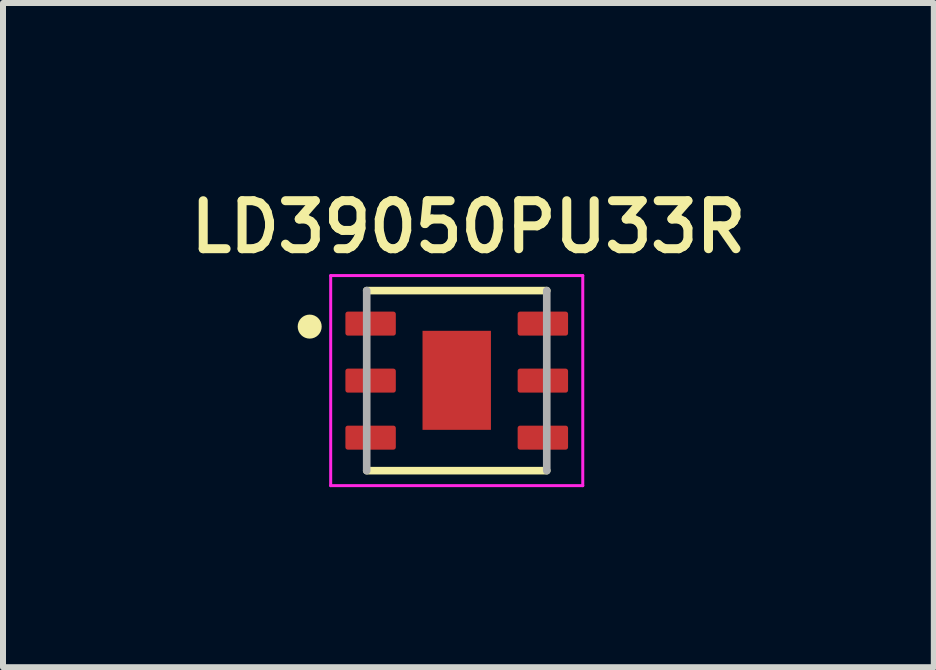
<source format=kicad_pcb>
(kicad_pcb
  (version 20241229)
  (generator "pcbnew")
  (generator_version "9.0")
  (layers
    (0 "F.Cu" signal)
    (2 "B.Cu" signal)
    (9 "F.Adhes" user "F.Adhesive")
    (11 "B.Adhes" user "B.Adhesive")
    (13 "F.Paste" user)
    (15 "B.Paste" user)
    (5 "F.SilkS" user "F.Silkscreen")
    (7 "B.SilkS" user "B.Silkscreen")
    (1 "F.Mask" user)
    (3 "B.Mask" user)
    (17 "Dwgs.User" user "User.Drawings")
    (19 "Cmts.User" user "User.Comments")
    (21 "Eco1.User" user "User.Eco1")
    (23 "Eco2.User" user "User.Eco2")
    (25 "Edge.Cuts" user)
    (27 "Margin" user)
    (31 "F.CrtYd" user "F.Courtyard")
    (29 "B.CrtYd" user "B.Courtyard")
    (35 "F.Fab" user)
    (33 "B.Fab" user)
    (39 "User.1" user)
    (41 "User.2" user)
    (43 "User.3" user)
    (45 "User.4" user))
  (footprint "LD39050PU33R"
    (layer "F.Cu")
    (at 4.56 3.292)
    (property "Reference" "LD39050PU33R" (at 0.195 -2.56 0) (layer "F.SilkS") (effects (font (size 0.8 0.8) (thickness 0.15))))
    (attr smd)
    (fp_line (start -1.5 -1.5) (end 1.5 -1.5) (stroke (width 0.127) (type solid)) (layer "F.SilkS"))
    (fp_line (start 1.5 1.5) (end -1.5 1.5) (stroke (width 0.127) (type solid)) (layer "F.SilkS"))
    (fp_circle (center -2.45 -0.9) (end -2.35 -0.9) (stroke (width 0.2) (type solid)) (fill no) (layer "F.SilkS"))
    (fp_poly (pts (xy -0.57 -0.83) (xy 0.57 -0.83) (xy 0.57 0.83) (xy -0.57 0.83)) (stroke (width 0.01) (type solid)) (fill yes) (layer "F.Paste"))
    (fp_line (start -2.1 -1.75) (end 2.1 -1.75) (stroke (width 0.05) (type solid)) (layer "F.CrtYd"))
    (fp_line (start -2.1 1.75) (end -2.1 -1.75) (stroke (width 0.05) (type solid)) (layer "F.CrtYd"))
    (fp_line (start 2.1 -1.75) (end 2.1 1.75) (stroke (width 0.05) (type solid)) (layer "F.CrtYd"))
    (fp_line (start 2.1 1.75) (end -2.1 1.75) (stroke (width 0.05) (type solid)) (layer "F.CrtYd"))
    (fp_line (start -1.5 1.5) (end -1.5 -1.5) (stroke (width 0.127) (type solid)) (layer "F.Fab"))
    (fp_line (start 1.5 -1.5) (end 1.5 1.5) (stroke (width 0.127) (type solid)) (layer "F.Fab"))
    (pad "1" smd roundrect (at -1.435 -0.95) (size 0.84 0.4) (layers "F.Cu" "F.Mask" "F.Paste") (roundrect_rratio 0.1))
    (pad "2" smd roundrect (at -1.435 0) (size 0.84 0.4) (layers "F.Cu" "F.Mask" "F.Paste") (roundrect_rratio 0.1))
    (pad "3" smd roundrect (at -1.435 0.95) (size 0.84 0.4) (layers "F.Cu" "F.Mask" "F.Paste") (roundrect_rratio 0.1))
    (pad "4" smd roundrect (at 1.435 0.95 180) (size 0.84 0.4) (layers "F.Cu" "F.Mask" "F.Paste") (roundrect_rratio 0.1))
    (pad "5" smd roundrect (at 1.435 0 180) (size 0.84 0.4) (layers "F.Cu" "F.Mask" "F.Paste") (roundrect_rratio 0.1))
    (pad "6" smd roundrect (at 1.435 -0.95 180) (size 0.84 0.4) (layers "F.Cu" "F.Mask" "F.Paste") (roundrect_rratio 0.1))
    (pad "7" smd rect (at 0 -0.005 180) (size 1.14 1.65) (layers "F.Cu" "F.Mask")))
  (gr_rect
    (start -3 -3)
    (end 12.509 8.067)
    (stroke (width 0.1) (type default))
    (fill no)
    (layer "Edge.Cuts")))
</source>
